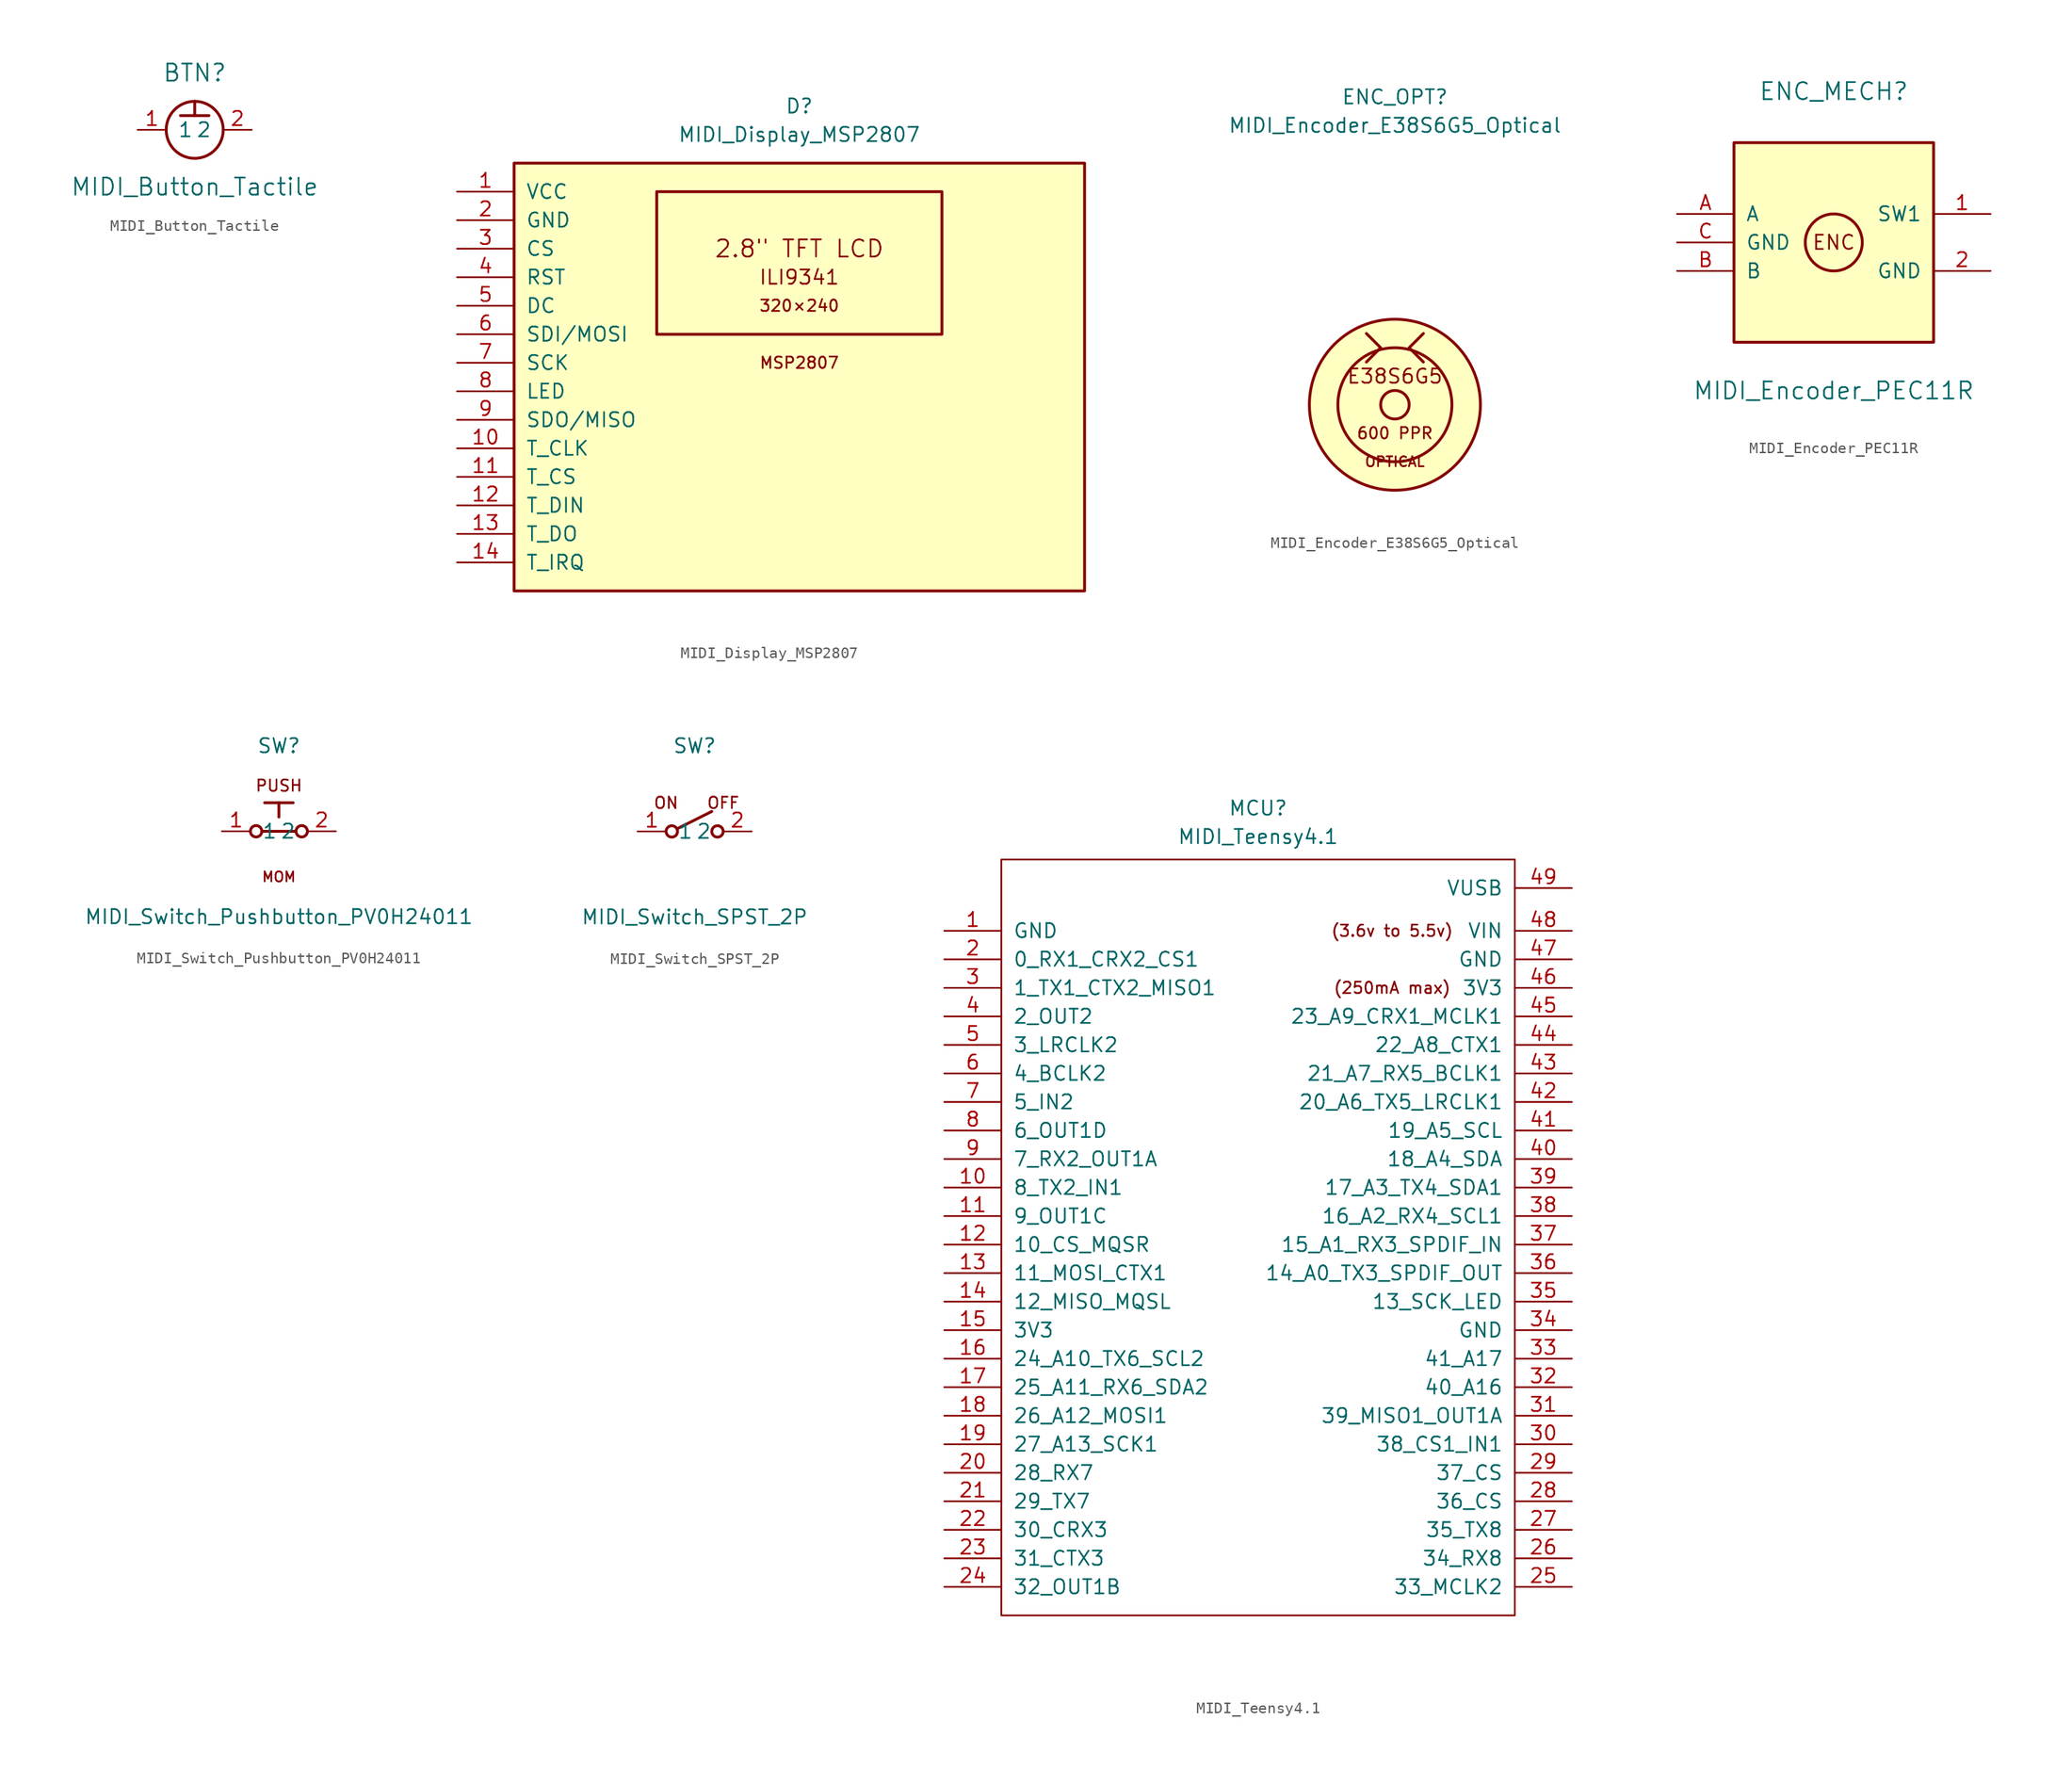
<source format=kicad_sym>
(kicad_symbol_lib
  (version 20241209)
  (generator "kicad_symbol_editor")
  (generator_version "9.0")
  (symbol "MIDI_Button_Tactile"
    (pin_names
      (offset 1.016))
    (property "Reference" "BTN"
      (at 0 5.08 0)
      (effects (font (size 1.524 1.524))))
    (property "Value" "MIDI_Button_Tactile"
      (at 0 -5.08 0)
      (effects (font (size 1.524 1.524))))
    (symbol "MIDI_Button_Tactile_0_1"
      (polyline (pts (xy -1.27 1.27) (xy 1.27 1.27)) (stroke (width 0.254) (type default)) (fill (type none)))
      (polyline (pts (xy 0 1.27) (xy 0 2.54)) (stroke (width 0.254) (type default)) (fill (type none)))
      (circle (center 0 0) (radius 2.54) (stroke (width 0.254) (type default)) (fill (type none))))
    (symbol "MIDI_Button_Tactile_1_1"
      (pin passive line (at -5.08 0 0) (length 2.54) (name "1" (effects (font (size 1.27 1.27)))) (number "1" (effects (font (size 1.27 1.27)))))
      (pin passive line (at 5.08 0 180) (length 2.54) (name "2" (effects (font (size 1.27 1.27)))) (number "2" (effects (font (size 1.27 1.27)))))))
  (symbol "MIDI_Display_MSP2807"
    (pin_names
      (offset 1.016))
    (property "Reference" "D"
      (at 0 24.13 0)
      (effects (font (size 1.27 1.27))))
    (property "Value" "MIDI_Display_MSP2807"
      (at 0 21.59 0)
      (effects (font (size 1.27 1.27))))
    (symbol "MIDI_Display_MSP2807_0_1"
      (rectangle (start -25.4 19.05) (end 25.4 -19.05) (stroke (width 0.254) (type default)) (fill (type background)))
      (rectangle (start -12.7 16.51) (end 12.7 3.81) (stroke (width 0.254) (type default)) (fill (type none)))
      (text "2.8\" TFT LCD" (at 0 11.43 0) (effects (font (size 1.524 1.524))))
      (text "ILI9341" (at 0 8.89 0) (effects (font (size 1.27 1.27))))
      (text "320×240" (at 0 6.35 0) (effects (font (size 1.016 1.016))))
      (text "MSP2807" (at 0 1.27 0) (effects (font (size 1.016 1.016)))))
    (symbol "MIDI_Display_MSP2807_1_1"
      (pin power_in line (at -30.48 16.51 0) (length 5.08) (name "VCC" (effects (font (size 1.27 1.27)))) (number "1" (effects (font (size 1.27 1.27)))))
      (pin power_in line (at -30.48 13.97 0) (length 5.08) (name "GND" (effects (font (size 1.27 1.27)))) (number "2" (effects (font (size 1.27 1.27)))))
      (pin input line (at -30.48 11.43 0) (length 5.08) (name "CS" (effects (font (size 1.27 1.27)))) (number "3" (effects (font (size 1.27 1.27)))))
      (pin input line (at -30.48 8.89 0) (length 5.08) (name "RST" (effects (font (size 1.27 1.27)))) (number "4" (effects (font (size 1.27 1.27)))))
      (pin input line (at -30.48 6.35 0) (length 5.08) (name "DC" (effects (font (size 1.27 1.27)))) (number "5" (effects (font (size 1.27 1.27)))))
      (pin input line (at -30.48 3.81 0) (length 5.08) (name "SDI/MOSI" (effects (font (size 1.27 1.27)))) (number "6" (effects (font (size 1.27 1.27)))))
      (pin input line (at -30.48 1.27 0) (length 5.08) (name "SCK" (effects (font (size 1.27 1.27)))) (number "7" (effects (font (size 1.27 1.27)))))
      (pin power_in line (at -30.48 -1.27 0) (length 5.08) (name "LED" (effects (font (size 1.27 1.27)))) (number "8" (effects (font (size 1.27 1.27)))))
      (pin output line (at -30.48 -3.81 0) (length 5.08) (name "SDO/MISO" (effects (font (size 1.27 1.27)))) (number "9" (effects (font (size 1.27 1.27)))))
      (pin bidirectional line (at -30.48 -6.35 0) (length 5.08) (name "T_CLK" (effects (font (size 1.27 1.27)))) (number "10" (effects (font (size 1.27 1.27)))))
      (pin input line (at -30.48 -8.89 0) (length 5.08) (name "T_CS" (effects (font (size 1.27 1.27)))) (number "11" (effects (font (size 1.27 1.27)))))
      (pin bidirectional line (at -30.48 -11.43 0) (length 5.08) (name "T_DIN" (effects (font (size 1.27 1.27)))) (number "12" (effects (font (size 1.27 1.27)))))
      (pin output line (at -30.48 -13.97 0) (length 5.08) (name "T_DO" (effects (font (size 1.27 1.27)))) (number "13" (effects (font (size 1.27 1.27)))))
      (pin input line (at -30.48 -16.51 0) (length 5.08) (name "T_IRQ" (effects (font (size 1.27 1.27)))) (number "14" (effects (font (size 1.27 1.27)))))))
  (symbol "MIDI_Encoder_E38S6G5_Optical"
    (pin_numbers
      (hide yes))
    (pin_names
      (offset 1.016)
      (hide yes))
    (property "Reference" "ENC_OPT"
      (at 0 27.432 0)
      (effects (font (size 1.27 1.27))))
    (property "Value" "MIDI_Encoder_E38S6G5_Optical"
      (at 0 24.892 0)
      (effects (font (size 1.27 1.27))))
    (symbol "MIDI_Encoder_E38S6G5_Optical_0_1"
      (polyline (pts (xy -2.54 6.35) (xy -1.27 5.08) (xy -2.54 3.81)) (stroke (width 0.254) (type default)) (fill (type none)))
      (circle (center 0 0) (radius 1.27) (stroke (width 0.254) (type default)) (fill (type none)))
      (circle (center 0 0) (radius 5.08) (stroke (width 0.254) (type default)) (fill (type none)))
      (circle (center 0 0) (radius 7.62) (stroke (width 0.254) (type default)) (fill (type background)))
      (polyline (pts (xy 2.54 6.35) (xy 1.27 5.08) (xy 2.54 3.81)) (stroke (width 0.254) (type default)) (fill (type none)))
      (text "E38S6G5" (at 0 2.54 0) (effects (font (size 1.27 1.27))))
      (text "600 PPR" (at 0 -2.54 0) (effects (font (size 1.016 1.016))))
      (text "OPTICAL" (at 0 -5.08 0) (effects (font (size 0.889 0.889))))))
  (symbol "MIDI_Encoder_PEC11R"
    (pin_names
      (offset 1.016))
    (property "Reference" "ENC_MECH"
      (at 0 13.462 0)
      (effects (font (size 1.524 1.524))))
    (property "Value" "MIDI_Encoder_PEC11R"
      (at 0 -13.208 0)
      (effects (font (size 1.524 1.524))))
    (symbol "MIDI_Encoder_PEC11R_0_1"
      (rectangle (start -8.89 8.89) (end 8.89 -8.89) (stroke (width 0.254) (type default)) (fill (type background)))
      (circle (center 0 0) (radius 2.54) (stroke (width 0.254) (type default)) (fill (type none)))
      (text "ENC" (at 0 0 0) (effects (font (size 1.27 1.27)))))
    (symbol "MIDI_Encoder_PEC11R_1_1"
      (pin passive line (at -13.97 2.54 0) (length 5.08) (name "A" (effects (font (size 1.27 1.27)))) (number "A" (effects (font (size 1.27 1.27)))))
      (pin passive line (at -13.97 0 0) (length 5.08) (name "GND" (effects (font (size 1.27 1.27)))) (number "C" (effects (font (size 1.27 1.27)))))
      (pin passive line (at -13.97 -2.54 0) (length 5.08) (name "B" (effects (font (size 1.27 1.27)))) (number "B" (effects (font (size 1.27 1.27)))))
      (pin passive line (at 13.97 2.54 180) (length 5.08) (name "SW1" (effects (font (size 1.27 1.27)))) (number "1" (effects (font (size 1.27 1.27)))))
      (pin passive line (at 13.97 -2.54 180) (length 5.08) (name "GND" (effects (font (size 1.27 1.27)))) (number "2" (effects (font (size 1.27 1.27)))))))
  (symbol "MIDI_Switch_Pushbutton_PV0H24011"
    (pin_names
      (offset 1.016))
    (property "Reference" "SW"
      (at 0 7.62 0)
      (effects (font (size 1.27 1.27))))
    (property "Value" "MIDI_Switch_Pushbutton_PV0H24011"
      (at 0 -7.62 0)
      (effects (font (size 1.27 1.27))))
    (symbol "MIDI_Switch_Pushbutton_PV0H24011_0_1"
      (circle (center -2.032 0) (radius 0.508) (stroke (width 0.254) (type default)) (fill (type none)))
      (polyline (pts (xy -1.524 0) (xy 1.524 0)) (stroke (width 0.254) (type default)) (fill (type none)))
      (polyline (pts (xy -1.27 2.54) (xy 1.27 2.54)) (stroke (width 0.254) (type default)) (fill (type none)))
      (polyline (pts (xy 0 1.27) (xy 0 2.54)) (stroke (width 0.254) (type default)) (fill (type none)))
      (circle (center 2.032 0) (radius 0.508) (stroke (width 0.254) (type default)) (fill (type none)))
      (text "PUSH" (at 0 4.064 0) (effects (font (size 1.016 1.016))))
      (text "MOM" (at 0 -4.064 0) (effects (font (size 0.889 0.889)))))
    (symbol "MIDI_Switch_Pushbutton_PV0H24011_1_1"
      (pin passive line (at -5.08 0 0) (length 2.54) (name "1" (effects (font (size 1.27 1.27)))) (number "1" (effects (font (size 1.27 1.27)))))
      (pin passive line (at 5.08 0 180) (length 2.54) (name "2" (effects (font (size 1.27 1.27)))) (number "2" (effects (font (size 1.27 1.27)))))))
  (symbol "MIDI_Switch_SPST_2P"
    (pin_names
      (offset 1.016))
    (property "Reference" "SW"
      (at 0 7.62 0)
      (effects (font (size 1.27 1.27))))
    (property "Value" "MIDI_Switch_SPST_2P"
      (at 0 -7.62 0)
      (effects (font (size 1.27 1.27))))
    (symbol "MIDI_Switch_SPST_2P_0_1"
      (circle (center -2.032 0) (radius 0.508) (stroke (width 0.254) (type default)) (fill (type none)))
      (polyline (pts (xy -1.524 0.254) (xy 1.524 1.778)) (stroke (width 0.254) (type default)) (fill (type none)))
      (circle (center 2.032 0) (radius 0.508) (stroke (width 0.254) (type default)) (fill (type none)))
      (text "ON" (at -2.54 2.54 0) (effects (font (size 1.016 1.016))))
      (text "OFF" (at 2.54 2.54 0) (effects (font (size 1.016 1.016)))))
    (symbol "MIDI_Switch_SPST_2P_1_1"
      (pin passive line (at -5.08 0 0) (length 2.54) (name "1" (effects (font (size 1.27 1.27)))) (number "1" (effects (font (size 1.27 1.27)))))
      (pin passive line (at 5.08 0 180) (length 2.54) (name "2" (effects (font (size 1.27 1.27)))) (number "2" (effects (font (size 1.27 1.27)))))))
  (symbol "MIDI_Teensy4.1"
    (pin_names
      (offset 1.016))
    (property "Reference" "MCU"
      (at 0 36.322 0)
      (effects (font (size 1.27 1.27))))
    (property "Value" "MIDI_Teensy4.1"
      (at 0 33.782 0)
      (effects (font (size 1.27 1.27))))
    (symbol "MIDI_Teensy4.1_0_0"
      (text "(3.6v to 5.5v)" (at 11.938 25.4 0) (effects (font (size 1.016 1.016))))
      (text "(250mA max)" (at 11.938 20.32 0) (effects (font (size 1.016 1.016))))
      (pin bidirectional line (at -27.94 15.24 0) (length 5.08) (name "3_LRCLK2" (effects (font (size 1.27 1.27)))) (number "5" (effects (font (size 1.27 1.27)))))
      (pin bidirectional line (at -27.94 12.7 0) (length 5.08) (name "4_BCLK2" (effects (font (size 1.27 1.27)))) (number "6" (effects (font (size 1.27 1.27)))))
      (pin bidirectional line (at -27.94 10.16 0) (length 5.08) (name "5_IN2" (effects (font (size 1.27 1.27)))) (number "7" (effects (font (size 1.27 1.27)))))
      (pin bidirectional line (at -27.94 7.62 0) (length 5.08) (name "6_OUT1D" (effects (font (size 1.27 1.27)))) (number "8" (effects (font (size 1.27 1.27)))))
      (pin bidirectional line (at -27.94 5.08 0) (length 5.08) (name "7_RX2_OUT1A" (effects (font (size 1.27 1.27)))) (number "9" (effects (font (size 1.27 1.27)))))
      (pin bidirectional line (at -27.94 2.54 0) (length 5.08) (name "8_TX2_IN1" (effects (font (size 1.27 1.27)))) (number "10" (effects (font (size 1.27 1.27)))))
      (pin bidirectional line (at -27.94 0 0) (length 5.08) (name "9_OUT1C" (effects (font (size 1.27 1.27)))) (number "11" (effects (font (size 1.27 1.27)))))
      (pin bidirectional line (at -27.94 -2.54 0) (length 5.08) (name "10_CS_MQSR" (effects (font (size 1.27 1.27)))) (number "12" (effects (font (size 1.27 1.27)))))
      (pin bidirectional line (at -27.94 -5.08 0) (length 5.08) (name "11_MOSI_CTX1" (effects (font (size 1.27 1.27)))) (number "13" (effects (font (size 1.27 1.27)))))
      (pin bidirectional line (at -27.94 -7.62 0) (length 5.08) (name "12_MISO_MQSL" (effects (font (size 1.27 1.27)))) (number "14" (effects (font (size 1.27 1.27)))))
      (pin power_in line (at -27.94 -10.16 0) (length 5.08) (name "3V3" (effects (font (size 1.27 1.27)))) (number "15" (effects (font (size 1.27 1.27)))))
      (pin bidirectional line (at -27.94 -12.7 0) (length 5.08) (name "24_A10_TX6_SCL2" (effects (font (size 1.27 1.27)))) (number "16" (effects (font (size 1.27 1.27)))))
      (pin bidirectional line (at -27.94 -15.24 0) (length 5.08) (name "25_A11_RX6_SDA2" (effects (font (size 1.27 1.27)))) (number "17" (effects (font (size 1.27 1.27)))))
      (pin bidirectional line (at -27.94 -17.78 0) (length 5.08) (name "26_A12_MOSI1" (effects (font (size 1.27 1.27)))) (number "18" (effects (font (size 1.27 1.27)))))
      (pin bidirectional line (at -27.94 -20.32 0) (length 5.08) (name "27_A13_SCK1" (effects (font (size 1.27 1.27)))) (number "19" (effects (font (size 1.27 1.27)))))
      (pin bidirectional line (at -27.94 -22.86 0) (length 5.08) (name "28_RX7" (effects (font (size 1.27 1.27)))) (number "20" (effects (font (size 1.27 1.27)))))
      (pin bidirectional line (at -27.94 -25.4 0) (length 5.08) (name "29_TX7" (effects (font (size 1.27 1.27)))) (number "21" (effects (font (size 1.27 1.27)))))
      (pin bidirectional line (at -27.94 -27.94 0) (length 5.08) (name "30_CRX3" (effects (font (size 1.27 1.27)))) (number "22" (effects (font (size 1.27 1.27)))))
      (pin bidirectional line (at -27.94 -30.48 0) (length 5.08) (name "31_CTX3" (effects (font (size 1.27 1.27)))) (number "23" (effects (font (size 1.27 1.27)))))
      (pin bidirectional line (at -27.94 -33.02 0) (length 5.08) (name "32_OUT1B" (effects (font (size 1.27 1.27)))) (number "24" (effects (font (size 1.27 1.27)))))
      (pin power_out line (at 27.94 29.21 180) (length 5.08) (name "VUSB" (effects (font (size 1.27 1.27)))) (number "49" (effects (font (size 1.27 1.27)))))
      (pin power_in line (at 27.94 25.4 180) (length 5.08) (name "VIN" (effects (font (size 1.27 1.27)))) (number "48" (effects (font (size 1.27 1.27)))))
      (pin output line (at 27.94 22.86 180) (length 5.08) (name "GND" (effects (font (size 1.27 1.27)))) (number "47" (effects (font (size 1.27 1.27)))))
      (pin output line (at 27.94 20.32 180) (length 5.08) (name "3V3" (effects (font (size 1.27 1.27)))) (number "46" (effects (font (size 1.27 1.27)))))
      (pin bidirectional line (at 27.94 17.78 180) (length 5.08) (name "23_A9_CRX1_MCLK1" (effects (font (size 1.27 1.27)))) (number "45" (effects (font (size 1.27 1.27)))))
      (pin bidirectional line (at 27.94 15.24 180) (length 5.08) (name "22_A8_CTX1" (effects (font (size 1.27 1.27)))) (number "44" (effects (font (size 1.27 1.27)))))
      (pin bidirectional line (at 27.94 12.7 180) (length 5.08) (name "21_A7_RX5_BCLK1" (effects (font (size 1.27 1.27)))) (number "43" (effects (font (size 1.27 1.27)))))
      (pin bidirectional line (at 27.94 10.16 180) (length 5.08) (name "20_A6_TX5_LRCLK1" (effects (font (size 1.27 1.27)))) (number "42" (effects (font (size 1.27 1.27)))))
      (pin bidirectional line (at 27.94 7.62 180) (length 5.08) (name "19_A5_SCL" (effects (font (size 1.27 1.27)))) (number "41" (effects (font (size 1.27 1.27)))))
      (pin bidirectional line (at 27.94 5.08 180) (length 5.08) (name "18_A4_SDA" (effects (font (size 1.27 1.27)))) (number "40" (effects (font (size 1.27 1.27)))))
      (pin bidirectional line (at 27.94 2.54 180) (length 5.08) (name "17_A3_TX4_SDA1" (effects (font (size 1.27 1.27)))) (number "39" (effects (font (size 1.27 1.27)))))
      (pin bidirectional line (at 27.94 0 180) (length 5.08) (name "16_A2_RX4_SCL1" (effects (font (size 1.27 1.27)))) (number "38" (effects (font (size 1.27 1.27)))))
      (pin bidirectional line (at 27.94 -2.54 180) (length 5.08) (name "15_A1_RX3_SPDIF_IN" (effects (font (size 1.27 1.27)))) (number "37" (effects (font (size 1.27 1.27)))))
      (pin bidirectional line (at 27.94 -5.08 180) (length 5.08) (name "14_A0_TX3_SPDIF_OUT" (effects (font (size 1.27 1.27)))) (number "36" (effects (font (size 1.27 1.27)))))
      (pin bidirectional line (at 27.94 -7.62 180) (length 5.08) (name "13_SCK_LED" (effects (font (size 1.27 1.27)))) (number "35" (effects (font (size 1.27 1.27)))))
      (pin bidirectional line (at 27.94 -12.7 180) (length 5.08) (name "41_A17" (effects (font (size 1.27 1.27)))) (number "33" (effects (font (size 1.27 1.27)))))
      (pin bidirectional line (at 27.94 -15.24 180) (length 5.08) (name "40_A16" (effects (font (size 1.27 1.27)))) (number "32" (effects (font (size 1.27 1.27)))))
      (pin bidirectional line (at 27.94 -17.78 180) (length 5.08) (name "39_MISO1_OUT1A" (effects (font (size 1.27 1.27)))) (number "31" (effects (font (size 1.27 1.27)))))
      (pin bidirectional line (at 27.94 -20.32 180) (length 5.08) (name "38_CS1_IN1" (effects (font (size 1.27 1.27)))) (number "30" (effects (font (size 1.27 1.27)))))
      (pin bidirectional line (at 27.94 -22.86 180) (length 5.08) (name "37_CS" (effects (font (size 1.27 1.27)))) (number "29" (effects (font (size 1.27 1.27)))))
      (pin bidirectional line (at 27.94 -25.4 180) (length 5.08) (name "36_CS" (effects (font (size 1.27 1.27)))) (number "28" (effects (font (size 1.27 1.27)))))
      (pin bidirectional line (at 27.94 -27.94 180) (length 5.08) (name "35_TX8" (effects (font (size 1.27 1.27)))) (number "27" (effects (font (size 1.27 1.27)))))
      (pin bidirectional line (at 27.94 -30.48 180) (length 5.08) (name "34_RX8" (effects (font (size 1.27 1.27)))) (number "26" (effects (font (size 1.27 1.27)))))
      (pin bidirectional line (at 27.94 -33.02 180) (length 5.08) (name "33_MCLK2" (effects (font (size 1.27 1.27)))) (number "25" (effects (font (size 1.27 1.27))))))
    (symbol "MIDI_Teensy4.1_0_1"
      (rectangle (start -25.4 -30.48) (end -25.4 -30.48) (stroke (width 0) (type solid)) (fill (type none)))
      (rectangle (start -22.86 31.75) (end 22.86 -35.56) (stroke (width 0) (type solid)) (fill (type none))))
    (symbol "MIDI_Teensy4.1_1_1"
      (pin power_in line (at -27.94 25.4 0) (length 5.08) (name "GND" (effects (font (size 1.27 1.27)))) (number "1" (effects (font (size 1.27 1.27)))))
      (pin bidirectional line (at -27.94 22.86 0) (length 5.08) (name "0_RX1_CRX2_CS1" (effects (font (size 1.27 1.27)))) (number "2" (effects (font (size 1.27 1.27)))))
      (pin bidirectional line (at -27.94 20.32 0) (length 5.08) (name "1_TX1_CTX2_MISO1" (effects (font (size 1.27 1.27)))) (number "3" (effects (font (size 1.27 1.27)))))
      (pin bidirectional line (at -27.94 17.78 0) (length 5.08) (name "2_OUT2" (effects (font (size 1.27 1.27)))) (number "4" (effects (font (size 1.27 1.27)))))
      (pin power_in line (at 27.94 -10.16 180) (length 5.08) (name "GND" (effects (font (size 1.27 1.27)))) (number "34" (effects (font (size 1.27 1.27))))))))
</source>
